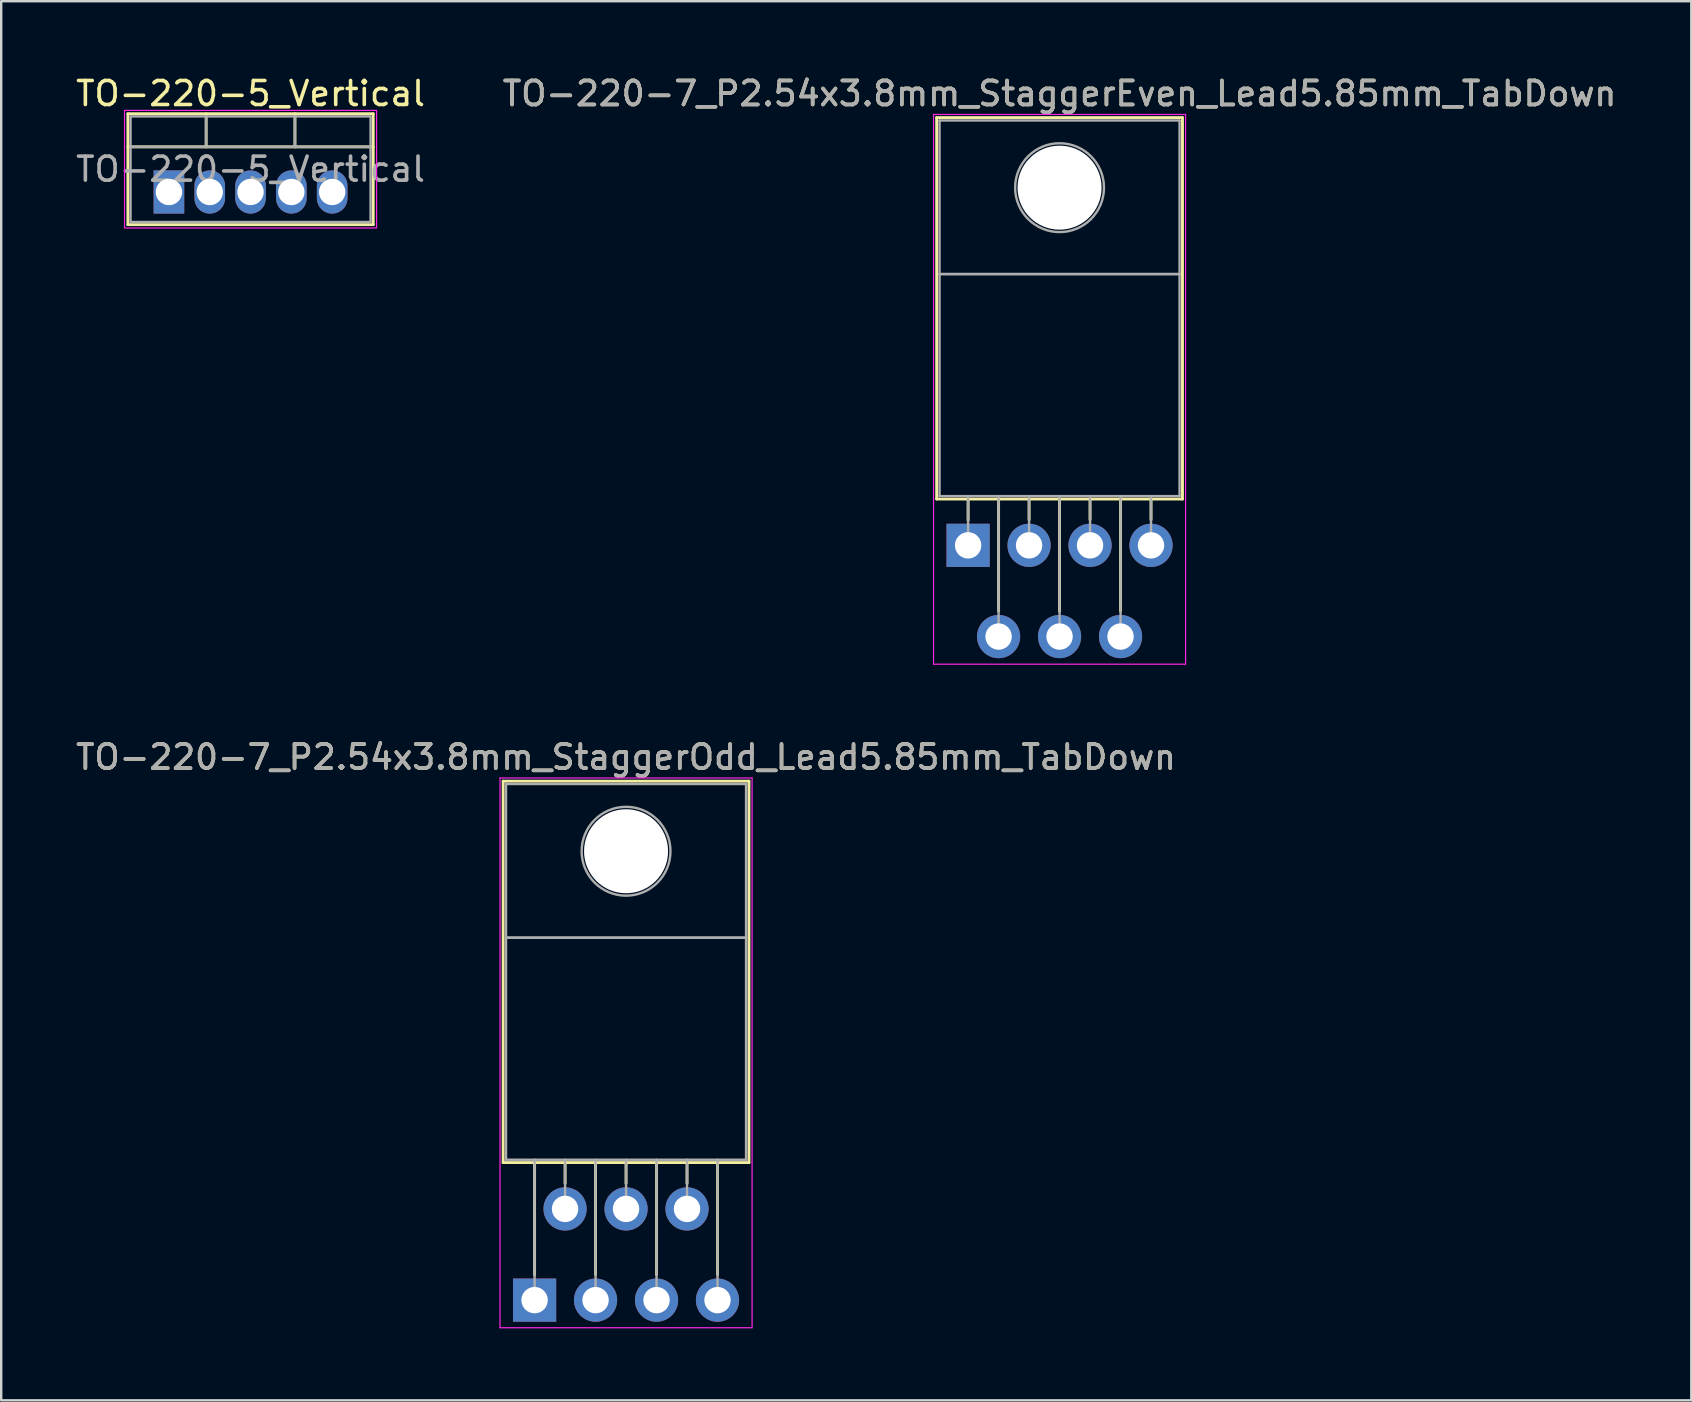
<source format=kicad_pcb>
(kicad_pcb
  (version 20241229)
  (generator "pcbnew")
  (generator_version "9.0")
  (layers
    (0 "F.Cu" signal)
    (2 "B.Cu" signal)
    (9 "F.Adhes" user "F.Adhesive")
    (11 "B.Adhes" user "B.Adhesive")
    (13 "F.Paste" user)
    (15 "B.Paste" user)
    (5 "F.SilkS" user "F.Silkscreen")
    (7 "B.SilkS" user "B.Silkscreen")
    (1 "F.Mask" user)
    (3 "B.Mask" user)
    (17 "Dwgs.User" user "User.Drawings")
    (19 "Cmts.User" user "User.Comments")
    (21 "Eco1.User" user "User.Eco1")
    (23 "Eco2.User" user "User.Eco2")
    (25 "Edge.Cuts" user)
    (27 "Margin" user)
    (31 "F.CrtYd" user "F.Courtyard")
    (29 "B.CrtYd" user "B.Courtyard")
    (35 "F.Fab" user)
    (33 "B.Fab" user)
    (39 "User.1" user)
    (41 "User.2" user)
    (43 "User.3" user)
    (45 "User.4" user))
  (footprint "TO-220-5_Vertical"
    (layer "F.Cu")
    (at 3.987 4.948)
    (property "Reference" "TO-220-5_Vertical" (at 3.4 -4.1 0) (layer "F.SilkS") (effects (font (size 1 1) (thickness 0.15))))
    (attr through_hole)
    (fp_line (start -1.71 -3.26) (end 8.51 -3.26) (stroke (width 0.12) (type solid)) (layer "F.SilkS"))
    (fp_line (start -1.71 -1.88) (end 8.51 -1.88) (stroke (width 0.12) (type solid)) (layer "F.SilkS"))
    (fp_line (start -1.71 1.36) (end -1.71 -3.26) (stroke (width 0.12) (type solid)) (layer "F.SilkS"))
    (fp_line (start 1.55 -3.26) (end 1.55 -1.88) (stroke (width 0.12) (type solid)) (layer "F.SilkS"))
    (fp_line (start 5.25 -3.26) (end 5.25 -1.88) (stroke (width 0.12) (type solid)) (layer "F.SilkS"))
    (fp_line (start 8.51 -3.26) (end 8.51 1.36) (stroke (width 0.12) (type solid)) (layer "F.SilkS"))
    (fp_line (start 8.51 1.36) (end -1.71 1.36) (stroke (width 0.12) (type solid)) (layer "F.SilkS"))
    (fp_rect (start -1.85 -3.4) (end 8.65 1.5) (stroke (width 0.05) (type solid)) (fill no) (layer "F.CrtYd"))
    (fp_line (start -1.6 -1.88) (end 8.4 -1.88) (stroke (width 0.1) (type solid)) (layer "F.Fab"))
    (fp_line (start 1.55 -3.15) (end 1.55 -1.88) (stroke (width 0.1) (type solid)) (layer "F.Fab"))
    (fp_line (start 5.25 -3.15) (end 5.25 -1.88) (stroke (width 0.1) (type solid)) (layer "F.Fab"))
    (fp_rect (start -1.6 -3.15) (end 8.4 1.25) (stroke (width 0.1) (type solid)) (fill no) (layer "F.Fab"))
    (fp_text user "${REFERENCE}" (at 3.4 -0.95 0) (layer "F.Fab") (effects (font (size 1 1) (thickness 0.15))))
    (pad "1" thru_hole rect (at 0 0) (size 1.275 1.8) (drill 1.1) (layers "*.Cu" "*.Mask"))
    (pad "2" thru_hole oval (at 1.7 0) (size 1.275 1.8) (drill 1.1) (layers "*.Cu" "*.Mask"))
    (pad "3" thru_hole oval (at 3.4 0) (size 1.275 1.8) (drill 1.1) (layers "*.Cu" "*.Mask"))
    (pad "4" thru_hole oval (at 5.1 0) (size 1.275 1.8) (drill 1.1) (layers "*.Cu" "*.Mask"))
    (pad "5" thru_hole oval (at 6.8 0) (size 1.275 1.8) (drill 1.1) (layers "*.Cu" "*.Mask")))
  (footprint "TO-220-7_P2.54x3.8mm_StaggerOdd_Lead5.85mm_TabDown"
    (layer "F.Cu")
    (at 19.22 51.111)
    (property "Reference" "TO-220-7_P2.54x3.8mm_StaggerOdd_Lead5.85mm_TabDown" (at 3.81 -22.62 0) (layer "F.SilkS") (effects (font (size 1 1) (thickness 0.15))))
    (attr through_hole)
    (fp_line (start -1.31 -21.62) (end -1.31 -5.73) (stroke (width 0.12) (type solid)) (layer "F.SilkS"))
    (fp_line (start -1.31 -21.62) (end 8.93 -21.62) (stroke (width 0.12) (type solid)) (layer "F.SilkS"))
    (fp_line (start -1.31 -5.73) (end 8.93 -5.73) (stroke (width 0.12) (type solid)) (layer "F.SilkS"))
    (fp_line (start 0 -5.73) (end 0 -1.05) (stroke (width 0.12) (type solid)) (layer "F.SilkS"))
    (fp_line (start 1.27 -5.73) (end 1.27 -4.866) (stroke (width 0.12) (type solid)) (layer "F.SilkS"))
    (fp_line (start 2.54 -5.73) (end 2.54 -1.065) (stroke (width 0.12) (type solid)) (layer "F.SilkS"))
    (fp_line (start 3.81 -5.73) (end 3.81 -4.866) (stroke (width 0.12) (type solid)) (layer "F.SilkS"))
    (fp_line (start 5.08 -5.73) (end 5.08 -1.065) (stroke (width 0.12) (type solid)) (layer "F.SilkS"))
    (fp_line (start 6.35 -5.73) (end 6.35 -4.866) (stroke (width 0.12) (type solid)) (layer "F.SilkS"))
    (fp_line (start 7.62 -5.73) (end 7.62 -1.065) (stroke (width 0.12) (type solid)) (layer "F.SilkS"))
    (fp_line (start 8.93 -21.62) (end 8.93 -5.73) (stroke (width 0.12) (type solid)) (layer "F.SilkS"))
    (fp_line (start -1.44 -21.75) (end -1.44 1.15) (stroke (width 0.05) (type solid)) (layer "F.CrtYd"))
    (fp_line (start -1.44 1.15) (end 9.06 1.15) (stroke (width 0.05) (type solid)) (layer "F.CrtYd"))
    (fp_line (start 9.06 -21.75) (end -1.44 -21.75) (stroke (width 0.05) (type solid)) (layer "F.CrtYd"))
    (fp_line (start 9.06 1.15) (end 9.06 -21.75) (stroke (width 0.05) (type solid)) (layer "F.CrtYd"))
    (fp_line (start -1.19 -21.5) (end 8.81 -21.5) (stroke (width 0.1) (type solid)) (layer "F.Fab"))
    (fp_line (start -1.19 -15.1) (end -1.19 -21.5) (stroke (width 0.1) (type solid)) (layer "F.Fab"))
    (fp_line (start -1.19 -15.1) (end 8.81 -15.1) (stroke (width 0.1) (type solid)) (layer "F.Fab"))
    (fp_line (start -1.19 -5.85) (end -1.19 -15.1) (stroke (width 0.1) (type solid)) (layer "F.Fab"))
    (fp_line (start 0 -5.85) (end 0 0) (stroke (width 0.1) (type solid)) (layer "F.Fab"))
    (fp_line (start 1.27 -5.85) (end 1.27 -3.8) (stroke (width 0.1) (type solid)) (layer "F.Fab"))
    (fp_line (start 2.54 -5.85) (end 2.54 0) (stroke (width 0.1) (type solid)) (layer "F.Fab"))
    (fp_line (start 3.81 -5.85) (end 3.81 -3.8) (stroke (width 0.1) (type solid)) (layer "F.Fab"))
    (fp_line (start 5.08 -5.85) (end 5.08 0) (stroke (width 0.1) (type solid)) (layer "F.Fab"))
    (fp_line (start 6.35 -5.85) (end 6.35 -3.8) (stroke (width 0.1) (type solid)) (layer "F.Fab"))
    (fp_line (start 7.62 -5.85) (end 7.62 0) (stroke (width 0.1) (type solid)) (layer "F.Fab"))
    (fp_line (start 8.81 -21.5) (end 8.81 -15.1) (stroke (width 0.1) (type solid)) (layer "F.Fab"))
    (fp_line (start 8.81 -15.1) (end -1.19 -15.1) (stroke (width 0.1) (type solid)) (layer "F.Fab"))
    (fp_line (start 8.81 -15.1) (end 8.81 -5.85) (stroke (width 0.1) (type solid)) (layer "F.Fab"))
    (fp_line (start 8.81 -5.85) (end -1.19 -5.85) (stroke (width 0.1) (type solid)) (layer "F.Fab"))
    (fp_circle (center 3.81 -18.7) (end 5.66 -18.7) (stroke (width 0.1) (type solid)) (fill no) (layer "F.Fab"))
    (fp_text user "${REFERENCE}" (at 3.81 -22.62 0) (layer "F.Fab") (effects (font (size 1 1) (thickness 0.15))))
    (pad "" np_thru_hole oval (at 3.81 -18.7) (size 3.5 3.5) (drill 3.5) (layers "*.Cu" "*.Mask"))
    (pad "1" thru_hole rect (at 0 0) (size 1.8 1.8) (drill 1.1) (layers "*.Cu" "*.Mask"))
    (pad "2" thru_hole oval (at 1.27 -3.8) (size 1.8 1.8) (drill 1.1) (layers "*.Cu" "*.Mask"))
    (pad "3" thru_hole oval (at 2.54 0) (size 1.8 1.8) (drill 1.1) (layers "*.Cu" "*.Mask"))
    (pad "4" thru_hole oval (at 3.81 -3.8) (size 1.8 1.8) (drill 1.1) (layers "*.Cu" "*.Mask"))
    (pad "5" thru_hole oval (at 5.08 0) (size 1.8 1.8) (drill 1.1) (layers "*.Cu" "*.Mask"))
    (pad "6" thru_hole oval (at 6.35 -3.8) (size 1.8 1.8) (drill 1.1) (layers "*.Cu" "*.Mask"))
    (pad "7" thru_hole oval (at 7.62 0) (size 1.8 1.8) (drill 1.1) (layers "*.Cu" "*.Mask")))
  (footprint "TO-220-7_P2.54x3.8mm_StaggerEven_Lead5.85mm_TabDown"
    (layer "F.Cu")
    (at 37.279 19.668)
    (property "Reference" "TO-220-7_P2.54x3.8mm_StaggerEven_Lead5.85mm_TabDown" (at 3.81 -18.82 0) (layer "F.SilkS") (effects (font (size 1 1) (thickness 0.15))))
    (attr through_hole)
    (fp_line (start -1.31 -17.82) (end -1.31 -1.93) (stroke (width 0.12) (type solid)) (layer "F.SilkS"))
    (fp_line (start -1.31 -17.82) (end 8.93 -17.82) (stroke (width 0.12) (type solid)) (layer "F.SilkS"))
    (fp_line (start -1.31 -1.93) (end 8.93 -1.93) (stroke (width 0.12) (type solid)) (layer "F.SilkS"))
    (fp_line (start 0 -1.93) (end 0 -1.05) (stroke (width 0.12) (type solid)) (layer "F.SilkS"))
    (fp_line (start 1.27 -1.93) (end 1.27 2.735) (stroke (width 0.12) (type solid)) (layer "F.SilkS"))
    (fp_line (start 2.54 -1.93) (end 2.54 -1.066) (stroke (width 0.12) (type solid)) (layer "F.SilkS"))
    (fp_line (start 3.81 -1.93) (end 3.81 2.735) (stroke (width 0.12) (type solid)) (layer "F.SilkS"))
    (fp_line (start 5.08 -1.93) (end 5.08 -1.066) (stroke (width 0.12) (type solid)) (layer "F.SilkS"))
    (fp_line (start 6.35 -1.93) (end 6.35 2.735) (stroke (width 0.12) (type solid)) (layer "F.SilkS"))
    (fp_line (start 7.62 -1.93) (end 7.62 -1.066) (stroke (width 0.12) (type solid)) (layer "F.SilkS"))
    (fp_line (start 8.93 -17.82) (end 8.93 -1.93) (stroke (width 0.12) (type solid)) (layer "F.SilkS"))
    (fp_line (start -1.44 -17.95) (end -1.44 4.95) (stroke (width 0.05) (type solid)) (layer "F.CrtYd"))
    (fp_line (start -1.44 4.95) (end 9.06 4.95) (stroke (width 0.05) (type solid)) (layer "F.CrtYd"))
    (fp_line (start 9.06 -17.95) (end -1.44 -17.95) (stroke (width 0.05) (type solid)) (layer "F.CrtYd"))
    (fp_line (start 9.06 4.95) (end 9.06 -17.95) (stroke (width 0.05) (type solid)) (layer "F.CrtYd"))
    (fp_line (start -1.19 -17.7) (end 8.81 -17.7) (stroke (width 0.1) (type solid)) (layer "F.Fab"))
    (fp_line (start -1.19 -11.3) (end -1.19 -17.7) (stroke (width 0.1) (type solid)) (layer "F.Fab"))
    (fp_line (start -1.19 -11.3) (end 8.81 -11.3) (stroke (width 0.1) (type solid)) (layer "F.Fab"))
    (fp_line (start -1.19 -2.05) (end -1.19 -11.3) (stroke (width 0.1) (type solid)) (layer "F.Fab"))
    (fp_line (start 0 -2.05) (end 0 0) (stroke (width 0.1) (type solid)) (layer "F.Fab"))
    (fp_line (start 1.27 -2.05) (end 1.27 3.8) (stroke (width 0.1) (type solid)) (layer "F.Fab"))
    (fp_line (start 2.54 -2.05) (end 2.54 0) (stroke (width 0.1) (type solid)) (layer "F.Fab"))
    (fp_line (start 3.81 -2.05) (end 3.81 3.8) (stroke (width 0.1) (type solid)) (layer "F.Fab"))
    (fp_line (start 5.08 -2.05) (end 5.08 0) (stroke (width 0.1) (type solid)) (layer "F.Fab"))
    (fp_line (start 6.35 -2.05) (end 6.35 3.8) (stroke (width 0.1) (type solid)) (layer "F.Fab"))
    (fp_line (start 7.62 -2.05) (end 7.62 0) (stroke (width 0.1) (type solid)) (layer "F.Fab"))
    (fp_line (start 8.81 -17.7) (end 8.81 -11.3) (stroke (width 0.1) (type solid)) (layer "F.Fab"))
    (fp_line (start 8.81 -11.3) (end -1.19 -11.3) (stroke (width 0.1) (type solid)) (layer "F.Fab"))
    (fp_line (start 8.81 -11.3) (end 8.81 -2.05) (stroke (width 0.1) (type solid)) (layer "F.Fab"))
    (fp_line (start 8.81 -2.05) (end -1.19 -2.05) (stroke (width 0.1) (type solid)) (layer "F.Fab"))
    (fp_circle (center 3.81 -14.9) (end 5.66 -14.9) (stroke (width 0.1) (type solid)) (fill no) (layer "F.Fab"))
    (fp_text user "${REFERENCE}" (at 3.81 -18.82 0) (layer "F.Fab") (effects (font (size 1 1) (thickness 0.15))))
    (pad "" np_thru_hole oval (at 3.81 -14.9) (size 3.5 3.5) (drill 3.5) (layers "*.Cu" "*.Mask"))
    (pad "1" thru_hole rect (at 0 0) (size 1.8 1.8) (drill 1.1) (layers "*.Cu" "*.Mask"))
    (pad "2" thru_hole oval (at 1.27 3.8) (size 1.8 1.8) (drill 1.1) (layers "*.Cu" "*.Mask"))
    (pad "3" thru_hole oval (at 2.54 0) (size 1.8 1.8) (drill 1.1) (layers "*.Cu" "*.Mask"))
    (pad "4" thru_hole oval (at 3.81 3.8) (size 1.8 1.8) (drill 1.1) (layers "*.Cu" "*.Mask"))
    (pad "5" thru_hole oval (at 5.08 0) (size 1.8 1.8) (drill 1.1) (layers "*.Cu" "*.Mask"))
    (pad "6" thru_hole oval (at 6.35 3.8) (size 1.8 1.8) (drill 1.1) (layers "*.Cu" "*.Mask"))
    (pad "7" thru_hole oval (at 7.62 0) (size 1.8 1.8) (drill 1.1) (layers "*.Cu" "*.Mask")))
  (gr_rect
    (start -3 -3)
    (end 67.405 55.286)
    (stroke (width 0.1) (type default))
    (fill no)
    (layer "Edge.Cuts")))
</source>
